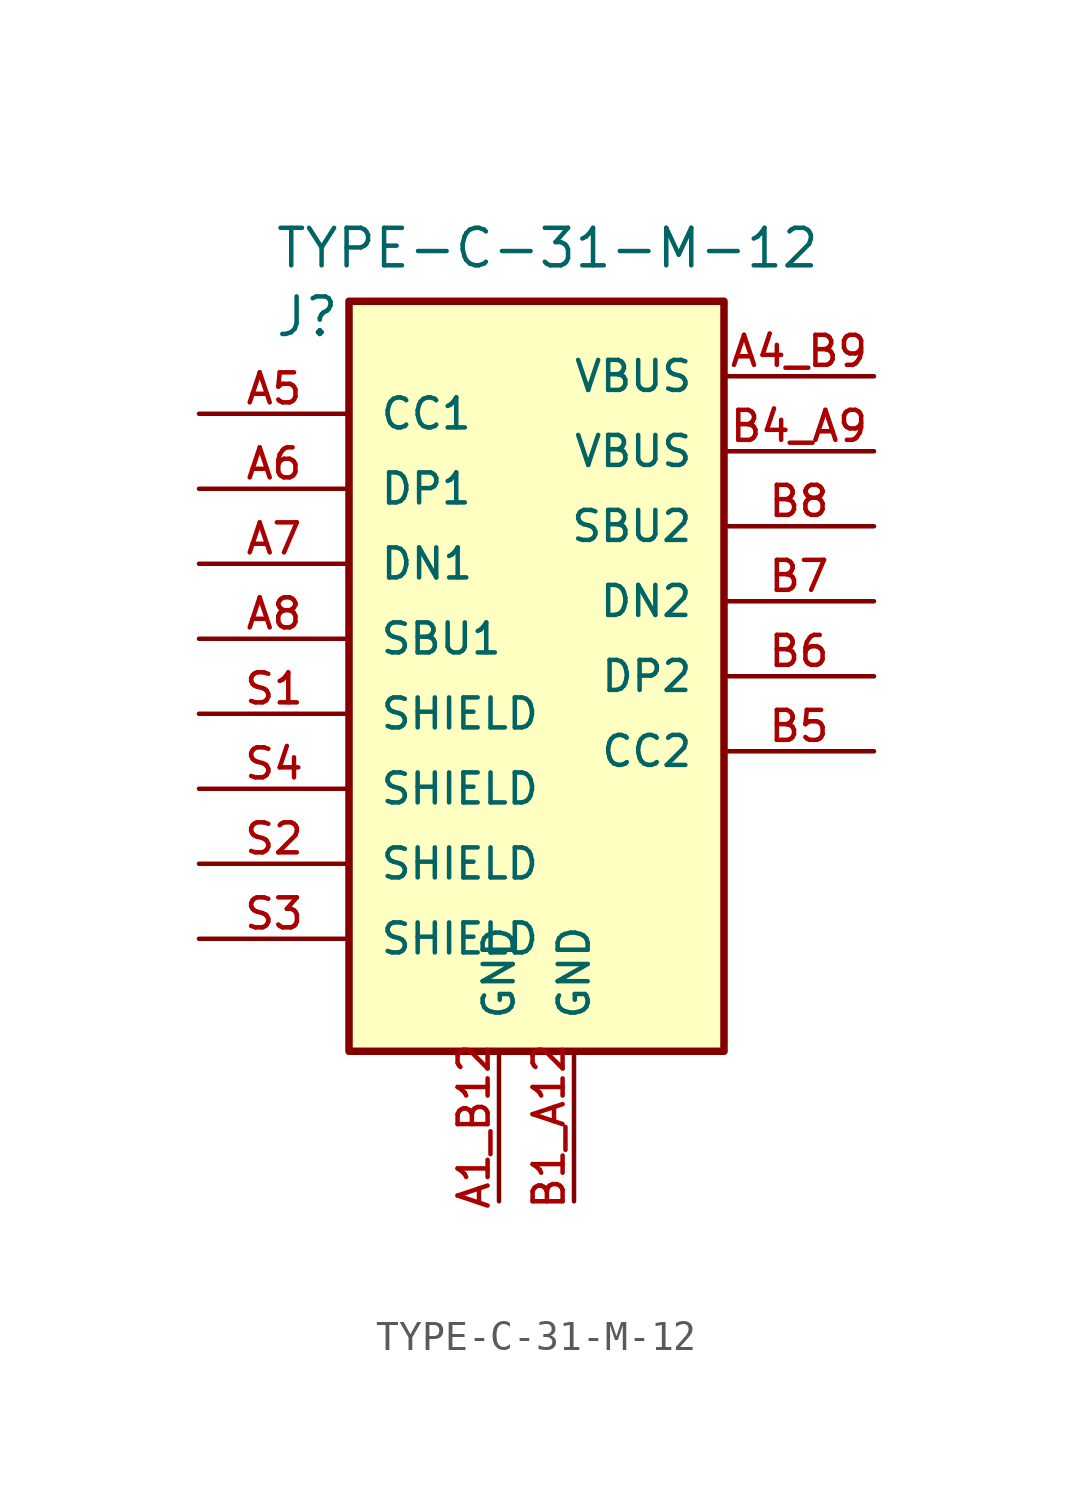
<source format=kicad_sym>
(kicad_symbol_lib
  (version 20231120)
  (generator "kicad_symbol_editor")
  (generator_version "8.0")
  (symbol "TYPE-C-31-M-12"
    (pin_names
      (offset 1.016))
    (property "Reference" "J"
      (at -2.54 11.43 0)
      (effects (font (size 1.27 1.27)) (justify left bottom)))
    (property "Value" "TYPE-C-31-M-12"
      (at -2.54 15.24 0)
      (effects (font (size 1.27 1.27)) (justify left top)))
    (symbol "TYPE-C-31-M-12_0_0"
      (rectangle (start 0 12.7) (end 12.7 -12.7) (stroke (width 0.254) (type default)) (fill (type background)))
      (pin power_in line (at 5.08 -17.78 90) (length 5.08) (name "GND" (effects (font (size 1.016 1.016)))) (number "A1_B12" (effects (font (size 1.016 1.016)))))
      (pin power_out line (at 17.78 10.16 180) (length 5.08) (name "VBUS" (effects (font (size 1.016 1.016)))) (number "A4_B9" (effects (font (size 1.016 1.016)))))
      (pin bidirectional line (at -5.08 8.89 0) (length 5.08) (name "CC1" (effects (font (size 1.016 1.016)))) (number "A5" (effects (font (size 1.016 1.016)))))
      (pin bidirectional line (at -5.08 6.35 0) (length 5.08) (name "DP1" (effects (font (size 1.016 1.016)))) (number "A6" (effects (font (size 1.016 1.016)))))
      (pin bidirectional line (at -5.08 3.81 0) (length 5.08) (name "DN1" (effects (font (size 1.016 1.016)))) (number "A7" (effects (font (size 1.016 1.016)))))
      (pin bidirectional line (at -5.08 1.27 0) (length 5.08) (name "SBU1" (effects (font (size 1.016 1.016)))) (number "A8" (effects (font (size 1.016 1.016)))))
      (pin power_in line (at 7.62 -17.78 90) (length 5.08) (name "GND" (effects (font (size 1.016 1.016)))) (number "B1_A12" (effects (font (size 1.016 1.016)))))
      (pin power_out line (at 17.78 7.62 180) (length 5.08) (name "VBUS" (effects (font (size 1.016 1.016)))) (number "B4_A9" (effects (font (size 1.016 1.016)))))
      (pin bidirectional line (at 17.78 -2.54 180) (length 5.08) (name "CC2" (effects (font (size 1.016 1.016)))) (number "B5" (effects (font (size 1.016 1.016)))))
      (pin bidirectional line (at 17.78 0 180) (length 5.08) (name "DP2" (effects (font (size 1.016 1.016)))) (number "B6" (effects (font (size 1.016 1.016)))))
      (pin bidirectional line (at 17.78 2.54 180) (length 5.08) (name "DN2" (effects (font (size 1.016 1.016)))) (number "B7" (effects (font (size 1.016 1.016)))))
      (pin bidirectional line (at 17.78 5.08 180) (length 5.08) (name "SBU2" (effects (font (size 1.016 1.016)))) (number "B8" (effects (font (size 1.016 1.016)))))
      (pin passive line (at -5.08 -1.27 0) (length 5.08) (name "SHIELD" (effects (font (size 1.016 1.016)))) (number "S1" (effects (font (size 1.016 1.016)))))
      (pin passive line (at -5.08 -6.35 0) (length 5.08) (name "SHIELD" (effects (font (size 1.016 1.016)))) (number "S2" (effects (font (size 1.016 1.016)))))
      (pin passive line (at -5.08 -8.89 0) (length 5.08) (name "SHIELD" (effects (font (size 1.016 1.016)))) (number "S3" (effects (font (size 1.016 1.016)))))
      (pin passive line (at -5.08 -3.81 0) (length 5.08) (name "SHIELD" (effects (font (size 1.016 1.016)))) (number "S4" (effects (font (size 1.016 1.016))))))))
</source>
